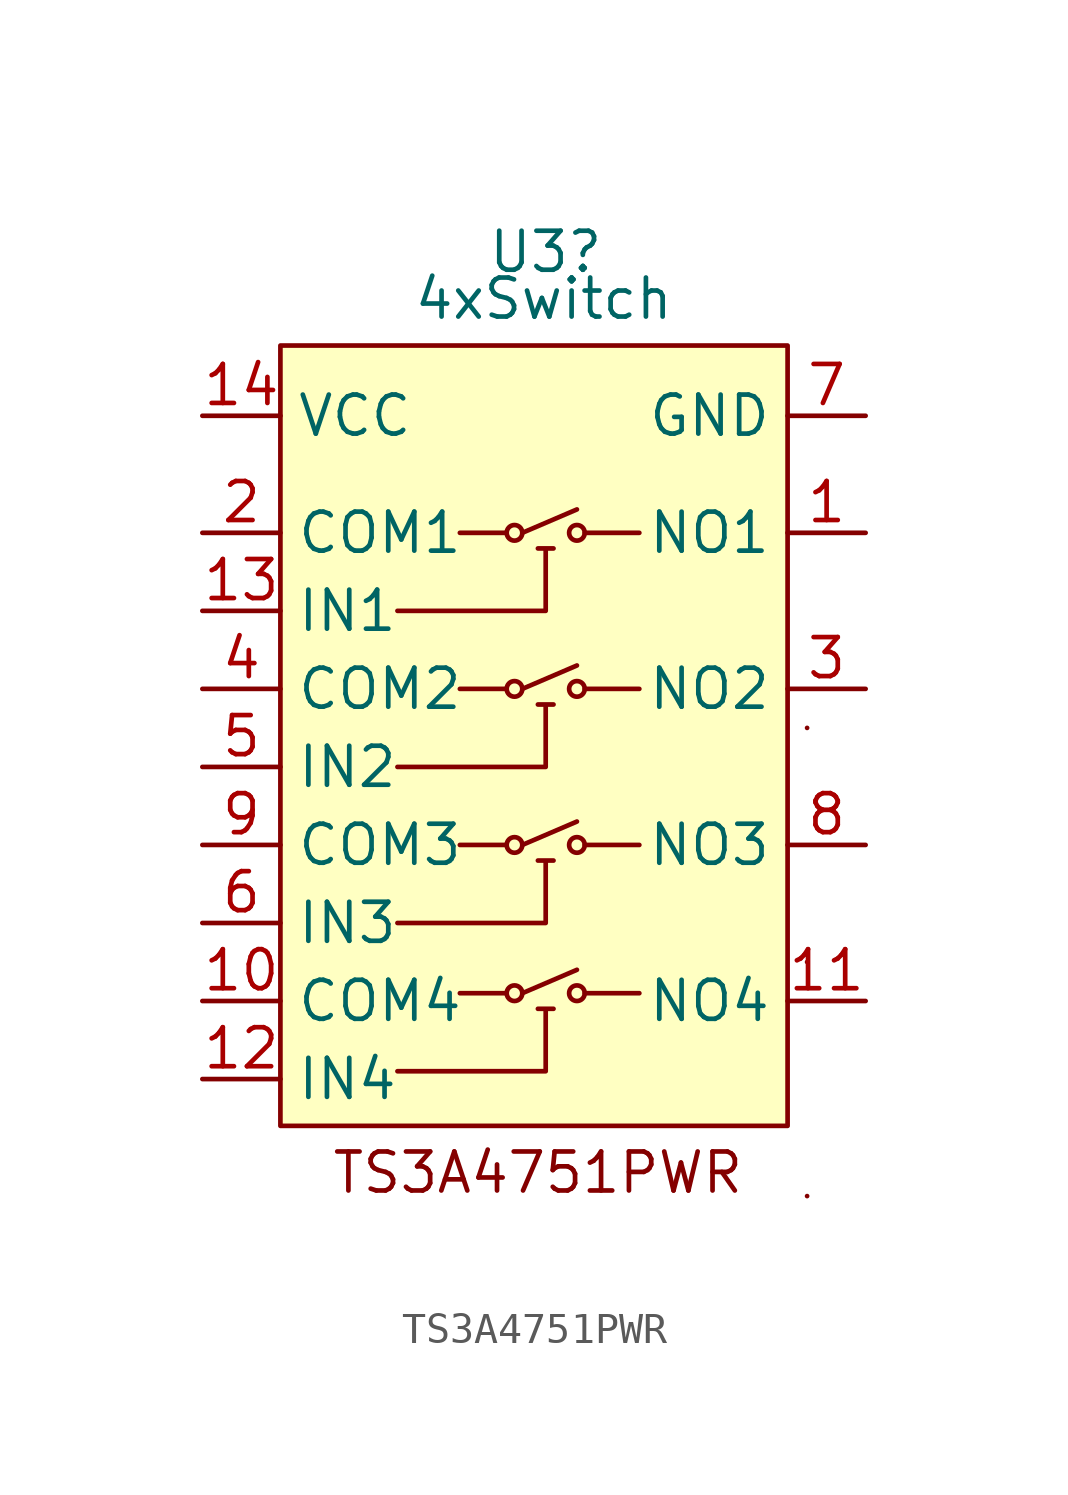
<source format=kicad_sym>
(kicad_symbol_lib
  (version 20231120)
  (generator "kicad_symbol_editor")
  (generator_version "8.0")
  (symbol "TS3A4751PWR"
    (property "Reference" "U3"
      (at -0.254 15.494 0)
      (effects (font (size 1.27 1.27))))
    (property "Value" "4xSwitch"
      (at -0.318 13.97 0)
      (effects (font (size 1.27 1.27))))
    (symbol "TS3A4751PWR_0_1"
      (polyline (pts (xy -1.524 -8.636) (xy -3.048 -8.636)) (stroke (width 0) (type default)) (fill (type none)))
      (polyline (pts (xy -1.524 -3.81) (xy -3.048 -3.81)) (stroke (width 0) (type default)) (fill (type none)))
      (polyline (pts (xy -1.524 1.27) (xy -3.048 1.27)) (stroke (width 0) (type default)) (fill (type none)))
      (polyline (pts (xy -1.524 6.35) (xy -3.048 6.35)) (stroke (width 0) (type default)) (fill (type none)))
      (polyline (pts (xy 1.016 -8.636) (xy 2.794 -8.636)) (stroke (width 0) (type default)) (fill (type none)))
      (polyline (pts (xy 1.016 -3.81) (xy 2.794 -3.81)) (stroke (width 0) (type default)) (fill (type none)))
      (polyline (pts (xy 1.016 1.27) (xy 2.794 1.27)) (stroke (width 0) (type default)) (fill (type none)))
      (polyline (pts (xy 1.016 6.35) (xy 2.794 6.35)) (stroke (width 0) (type default)) (fill (type none)))
      (polyline (pts (xy 8.255 -15.24) (xy 8.255 -15.24)) (stroke (width 0) (type default)) (fill (type none)))
      (polyline (pts (xy 8.255 -7.62) (xy 8.255 -7.62)) (stroke (width 0) (type default)) (fill (type none)))
      (polyline (pts (xy 8.255 0) (xy 8.255 0)) (stroke (width 0) (type default)) (fill (type none)))
      (polyline (pts (xy -0.508 -9.144) (xy 0 -9.144) (xy -0.254 -9.144) (xy -0.254 -11.176) (xy -5.08 -11.176)) (stroke (width 0) (type default)) (fill (type none)))
      (polyline (pts (xy -0.508 -4.318) (xy 0 -4.318) (xy -0.254 -4.318) (xy -0.254 -6.35) (xy -5.08 -6.35)) (stroke (width 0) (type default)) (fill (type none)))
      (polyline (pts (xy -0.508 0.762) (xy 0 0.762) (xy -0.254 0.762) (xy -0.254 -1.27) (xy -5.08 -1.27)) (stroke (width 0) (type default)) (fill (type none)))
      (polyline (pts (xy -0.508 5.842) (xy 0 5.842) (xy -0.254 5.842) (xy -0.254 3.81) (xy -5.08 3.81)) (stroke (width 0) (type default)) (fill (type none))))
    (symbol "TS3A4751PWR_1_0"
      (pin bidirectional line (at -11.43 -8.89 0) (length 2.54) (name "COM4" (effects (font (size 1.27 1.27)))) (number "10" (effects (font (size 1.27 1.27)))))
      (pin bidirectional line (at 10.16 -8.89 180) (length 2.54) (name "NO4" (effects (font (size 1.27 1.27)))) (number "11" (effects (font (size 1.27 1.27)))))
      (pin input line (at -11.43 -11.43 0) (length 2.54) (name "IN4" (effects (font (size 1.27 1.27)))) (number "12" (effects (font (size 1.27 1.27)))))
      (pin input line (at -11.43 3.81 0) (length 2.54) (name "IN1" (effects (font (size 1.27 1.27)))) (number "13" (effects (font (size 1.27 1.27)))))
      (pin power_in line (at -11.43 10.16 0) (length 2.54) (name "VCC" (effects (font (size 1.27 1.27)))) (number "14" (effects (font (size 1.27 1.27)))))
      (pin bidirectional line (at -11.43 6.35 0) (length 2.54) (name "COM1" (effects (font (size 1.27 1.27)))) (number "2" (effects (font (size 1.27 1.27)))))
      (pin bidirectional line (at 10.16 1.27 180) (length 2.54) (name "NO2" (effects (font (size 1.27 1.27)))) (number "3" (effects (font (size 1.27 1.27)))))
      (pin bidirectional line (at -11.43 1.27 0) (length 2.54) (name "COM2" (effects (font (size 1.27 1.27)))) (number "4" (effects (font (size 1.27 1.27)))))
      (pin input line (at -11.43 -1.27 0) (length 2.54) (name "IN2" (effects (font (size 1.27 1.27)))) (number "5" (effects (font (size 1.27 1.27)))))
      (pin input line (at -11.43 -6.35 0) (length 2.54) (name "IN3" (effects (font (size 1.27 1.27)))) (number "6" (effects (font (size 1.27 1.27)))))
      (pin power_in line (at 10.16 10.16 180) (length 2.54) (name "GND" (effects (font (size 1.27 1.27)))) (number "7" (effects (font (size 1.27 1.27)))))
      (pin bidirectional line (at 10.16 -3.81 180) (length 2.54) (name "NO3" (effects (font (size 1.27 1.27)))) (number "8" (effects (font (size 1.27 1.27)))))
      (pin bidirectional line (at -11.43 -3.81 0) (length 2.54) (name "COM3" (effects (font (size 1.27 1.27)))) (number "9" (effects (font (size 1.27 1.27))))))
    (symbol "TS3A4751PWR_1_1"
      (rectangle (start -8.89 12.446) (end 7.62 -12.954) (stroke (width 0) (type default)) (fill (type background)))
      (circle (center -1.27 -8.636) (radius 0.254) (stroke (width 0) (type default)) (fill (type none)))
      (circle (center -1.27 -3.81) (radius 0.254) (stroke (width 0) (type default)) (fill (type none)))
      (circle (center -1.27 1.27) (radius 0.254) (stroke (width 0) (type default)) (fill (type none)))
      (circle (center -1.27 6.35) (radius 0.254) (stroke (width 0) (type default)) (fill (type none)))
      (polyline (pts (xy -1.016 -8.636) (xy 0.762 -7.874)) (stroke (width 0) (type default)) (fill (type none)))
      (polyline (pts (xy -1.016 -3.81) (xy 0.762 -3.048)) (stroke (width 0) (type default)) (fill (type none)))
      (polyline (pts (xy -1.016 1.27) (xy 0.762 2.032)) (stroke (width 0) (type default)) (fill (type none)))
      (polyline (pts (xy -1.016 6.35) (xy 0.762 7.112)) (stroke (width 0) (type default)) (fill (type none)))
      (circle (center 0.762 -8.636) (radius 0.254) (stroke (width 0) (type default)) (fill (type none)))
      (circle (center 0.762 -3.81) (radius 0.254) (stroke (width 0) (type default)) (fill (type none)))
      (circle (center 0.762 1.27) (radius 0.254) (stroke (width 0) (type default)) (fill (type none)))
      (circle (center 0.762 6.35) (radius 0.254) (stroke (width 0) (type default)) (fill (type none)))
      (text "TS3A4751PWR" (at -0.508 -14.478 0) (effects (font (size 1.27 1.27))))
      (pin bidirectional line (at 10.16 6.35 180) (length 2.54) (name "NO1" (effects (font (size 1.27 1.27)))) (number "1" (effects (font (size 1.27 1.27))))))))
</source>
